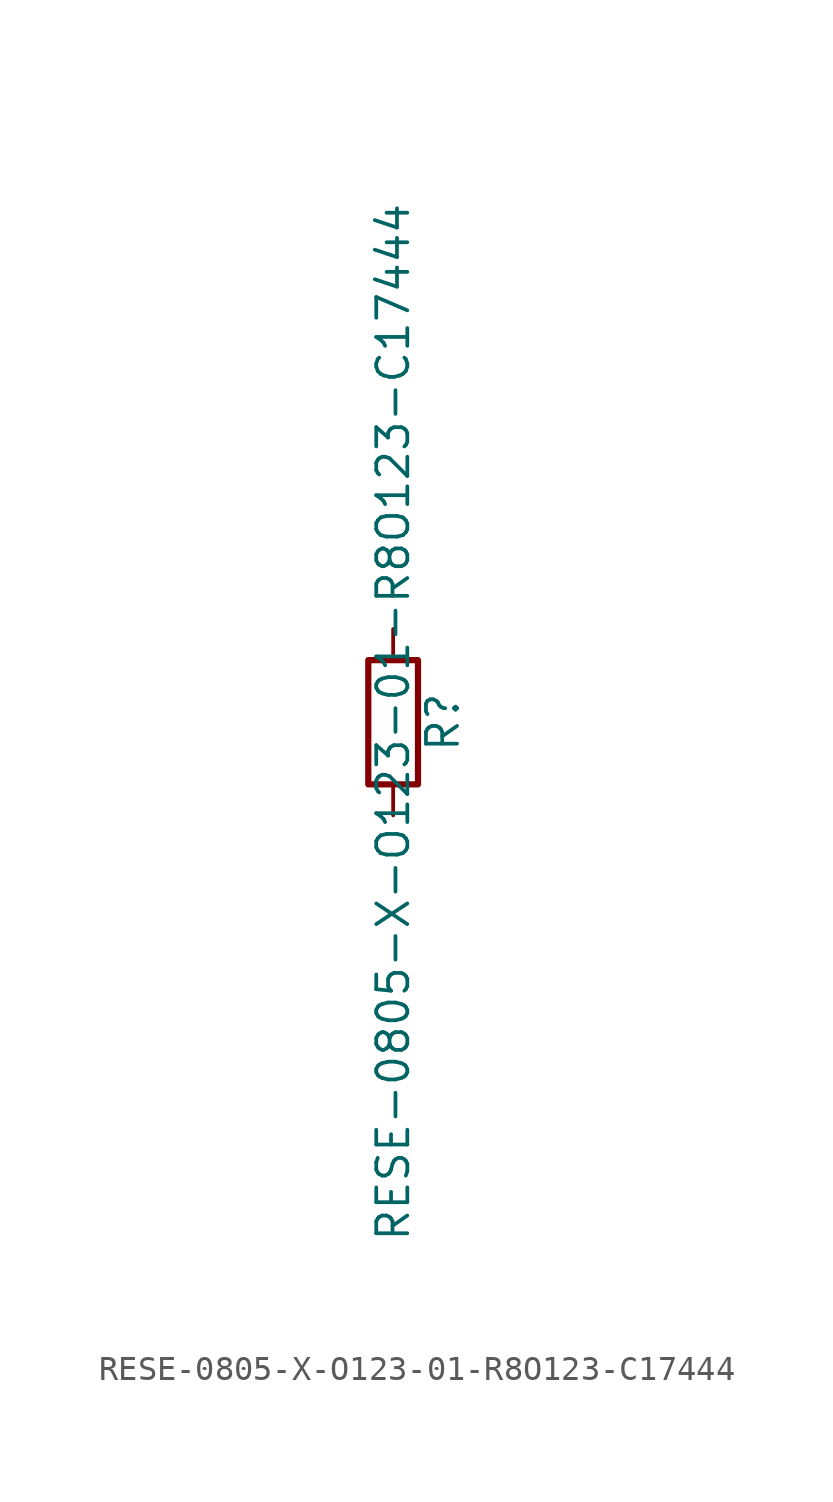
<source format=kicad_sym>
(kicad_symbol_lib
  (version 20211014)
  (generator kicad_symbol_editor)
  (symbol "RESE-0805-X-O123-01-R8O123-C17444"
    (pin_numbers hide)
    (pin_names
      (offset 0))
    (property "Reference" "R"
      (at 2.032 0 90)
      (effects (font (size 1.27 1.27))))
    (property "Value" "RESE-0805-X-O123-01-R8O123-C17444"
      (at 0 0 90)
      (effects (font (size 1.27 1.27))))
    (symbol "RESE-0805-X-O123-01-R8O123-C17444_0_1"
      (rectangle (start -1.016 -2.54) (end 1.016 2.54) (stroke (width 0.254) (type default) (color 0 0 0 0)) (fill (type none))))
    (symbol "RESE-0805-X-O123-01-R8O123-C17444_1_1"
      (pin passive line (at 0 3.81 270) (length 1.27) (name "~" (effects (font (size 1.27 1.27)))) (number "1" (effects (font (size 1.27 1.27)))))
      (pin passive line (at 0 -3.81 90) (length 1.27) (name "~" (effects (font (size 1.27 1.27)))) (number "2" (effects (font (size 1.27 1.27))))))))
</source>
